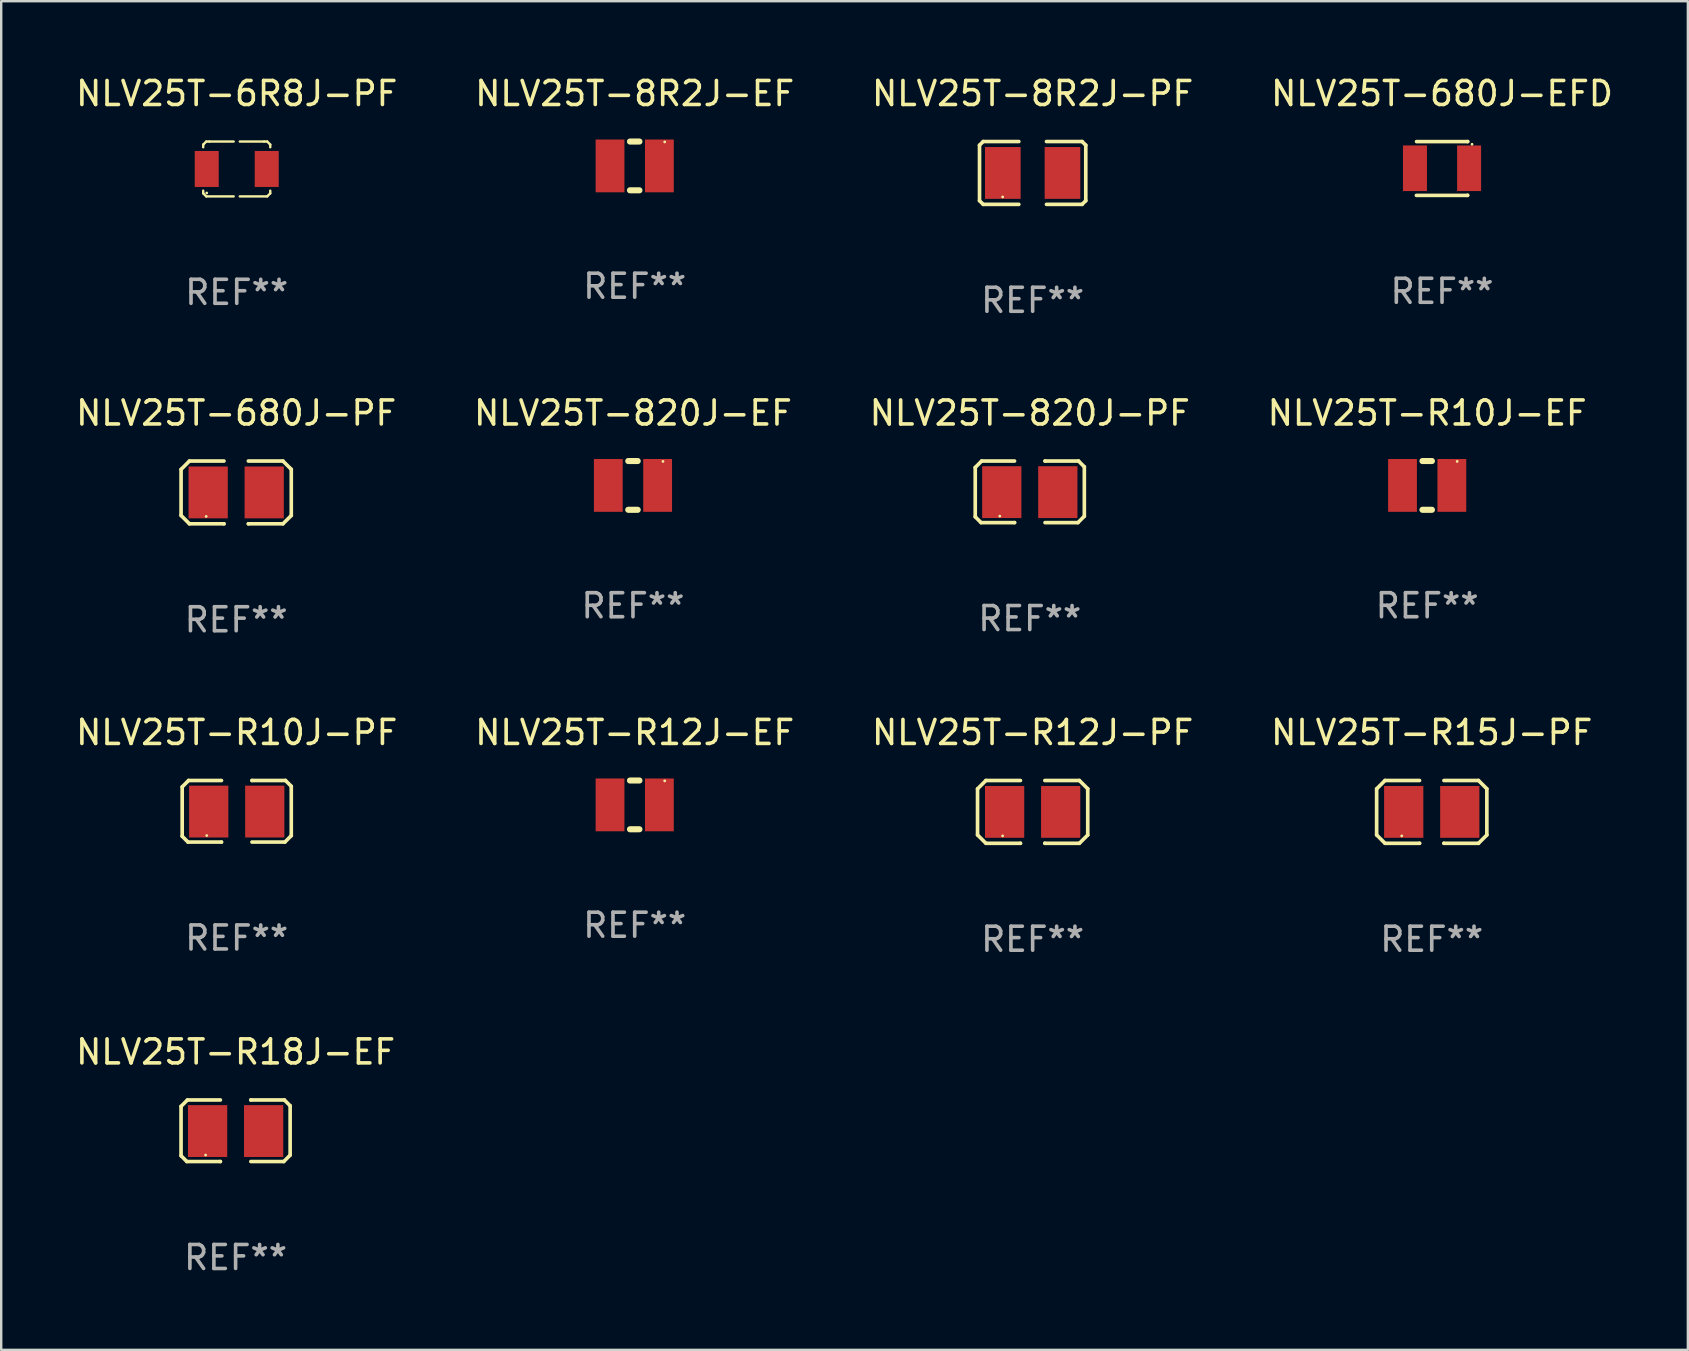
<source format=kicad_pcb>
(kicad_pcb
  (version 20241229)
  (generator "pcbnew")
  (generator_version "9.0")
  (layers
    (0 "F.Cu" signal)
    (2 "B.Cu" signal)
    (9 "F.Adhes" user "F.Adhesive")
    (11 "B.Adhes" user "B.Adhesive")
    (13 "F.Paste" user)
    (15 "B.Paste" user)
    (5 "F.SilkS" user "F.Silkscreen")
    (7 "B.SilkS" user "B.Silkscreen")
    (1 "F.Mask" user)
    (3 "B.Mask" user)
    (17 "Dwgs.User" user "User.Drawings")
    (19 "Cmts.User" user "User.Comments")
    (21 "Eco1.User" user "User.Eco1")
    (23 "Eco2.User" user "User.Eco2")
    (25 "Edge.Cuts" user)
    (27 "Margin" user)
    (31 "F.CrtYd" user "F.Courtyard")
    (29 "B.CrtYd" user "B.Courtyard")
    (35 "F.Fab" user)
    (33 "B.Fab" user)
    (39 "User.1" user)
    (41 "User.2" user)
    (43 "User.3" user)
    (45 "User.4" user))
  (footprint "NLV25T-R10J-PF"
    (layer "F.Cu")
    (at 6.815 30.757)
    (property "Reference" "NLV25T-R10J-PF" (at 0 -3.283 0) (layer "F.SilkS") (effects (font (size 1 1) (thickness 0.15))))
    (attr through_hole)
    (fp_line (start -2.273 -1.016) (end -2.007 -1.283) (stroke (width 0.152) (type solid)) (layer "F.SilkS"))
    (fp_line (start -2.273 1.041) (end -2.273 -1.016) (stroke (width 0.152) (type solid)) (layer "F.SilkS"))
    (fp_line (start -2.032 1.283) (end -2.273 1.041) (stroke (width 0.152) (type solid)) (layer "F.SilkS"))
    (fp_line (start -2.007 -1.283) (end -0.635 -1.283) (stroke (width 0.152) (type solid)) (layer "F.SilkS"))
    (fp_line (start -0.635 1.283) (end -2.032 1.283) (stroke (width 0.152) (type solid)) (layer "F.SilkS"))
    (fp_line (start -0.635 1.283) (end -0.635 1.283) (stroke (width 0.152) (type solid)) (layer "F.SilkS"))
    (fp_line (start 0.635 -1.283) (end 0.635 -1.283) (stroke (width 0.152) (type solid)) (layer "F.SilkS"))
    (fp_line (start 0.635 -1.283) (end 2.032 -1.283) (stroke (width 0.152) (type solid)) (layer "F.SilkS"))
    (fp_line (start 2.007 1.283) (end 0.635 1.283) (stroke (width 0.152) (type solid)) (layer "F.SilkS"))
    (fp_line (start 2.032 -1.283) (end 2.273 -1.041) (stroke (width 0.152) (type solid)) (layer "F.SilkS"))
    (fp_line (start 2.273 -1.041) (end 2.273 1.016) (stroke (width 0.152) (type solid)) (layer "F.SilkS"))
    (fp_line (start 2.273 1.016) (end 2.007 1.283) (stroke (width 0.152) (type solid)) (layer "F.SilkS"))
    (fp_circle (center -1.25 1.013) (end -1.22 1.013) (stroke (width 0.06) (type solid)) (fill no) (layer "F.SilkS"))
    (fp_text user "REF**" (at 0 5.283 0) (layer "F.Fab") (effects (font (size 1 1) (thickness 0.15))))
    (pad "1" smd rect (at -1.167 0.013) (size 1.635 2.16) (layers "F.Cu" "F.Mask" "F.Paste"))
    (pad "2" smd rect (at 1.168 0.013) (size 1.635 2.16) (layers "F.Cu" "F.Mask" "F.Paste")))
  (footprint "NLV25T-R15J-PF"
    (layer "F.Cu")
    (at 56.613 30.783)
    (property "Reference" "NLV25T-R15J-PF" (at 0 -3.308 0) (layer "F.SilkS") (effects (font (size 1 1) (thickness 0.15))))
    (attr through_hole)
    (fp_line (start -2.296 -0.96) (end -1.948 -1.308) (stroke (width 0.152) (type solid)) (layer "F.SilkS"))
    (fp_line (start -2.296 0.96) (end -2.296 -0.96) (stroke (width 0.152) (type solid)) (layer "F.SilkS"))
    (fp_line (start -1.948 -1.308) (end -0.508 -1.308) (stroke (width 0.152) (type solid)) (layer "F.SilkS"))
    (fp_line (start -1.948 1.308) (end -2.296 0.96) (stroke (width 0.152) (type solid)) (layer "F.SilkS"))
    (fp_line (start -0.508 1.308) (end -1.948 1.308) (stroke (width 0.152) (type solid)) (layer "F.SilkS"))
    (fp_line (start -0.508 1.308) (end -0.508 1.308) (stroke (width 0.152) (type solid)) (layer "F.SilkS"))
    (fp_line (start 0.508 1.308) (end 0.508 1.308) (stroke (width 0.152) (type solid)) (layer "F.SilkS"))
    (fp_line (start 0.508 1.308) (end 1.948 1.308) (stroke (width 0.152) (type solid)) (layer "F.SilkS"))
    (fp_line (start 1.948 -1.308) (end 0.508 -1.308) (stroke (width 0.152) (type solid)) (layer "F.SilkS"))
    (fp_line (start 1.948 1.308) (end 2.296 0.963) (stroke (width 0.152) (type solid)) (layer "F.SilkS"))
    (fp_line (start 2.296 -0.963) (end 1.948 -1.308) (stroke (width 0.152) (type solid)) (layer "F.SilkS"))
    (fp_line (start 2.296 0.963) (end 2.296 -0.963) (stroke (width 0.152) (type solid)) (layer "F.SilkS"))
    (fp_circle (center -1.25 1) (end -1.22 1) (stroke (width 0.06) (type solid)) (fill no) (layer "F.SilkS"))
    (fp_text user "REF**" (at 0 5.308 0) (layer "F.Fab") (effects (font (size 1 1) (thickness 0.15))))
    (pad "1" smd rect (at -1.168 0.000025) (size 1.635 2.16) (layers "F.Cu" "F.Mask" "F.Paste"))
    (pad "2" smd rect (at 1.168 0.000025) (size 1.635 2.16) (layers "F.Cu" "F.Mask" "F.Paste")))
  (footprint "NLV25T-8R2J-PF"
    (layer "F.Cu")
    (at 39.982 4.157)
    (property "Reference" "NLV25T-8R2J-PF" (at 0 -3.309 0) (layer "F.SilkS") (effects (font (size 1 1) (thickness 0.15))))
    (attr through_hole)
    (fp_line (start -2.214 -1.156) (end -2.214 1.156) (stroke (width 0.152) (type solid)) (layer "F.SilkS"))
    (fp_line (start -2.214 1.156) (end -2.061 1.309) (stroke (width 0.152) (type solid)) (layer "F.SilkS"))
    (fp_line (start -2.061 -1.309) (end -2.214 -1.156) (stroke (width 0.152) (type solid)) (layer "F.SilkS"))
    (fp_line (start -2.061 1.309) (end -0.576 1.309) (stroke (width 0.152) (type solid)) (layer "F.SilkS"))
    (fp_line (start -0.576 -1.309) (end -2.061 -1.309) (stroke (width 0.152) (type solid)) (layer "F.SilkS"))
    (fp_line (start 0.576 -1.309) (end 2.061 -1.309) (stroke (width 0.152) (type solid)) (layer "F.SilkS"))
    (fp_line (start 2.061 -1.309) (end 2.214 -1.156) (stroke (width 0.152) (type solid)) (layer "F.SilkS"))
    (fp_line (start 2.061 1.309) (end 0.576 1.309) (stroke (width 0.152) (type solid)) (layer "F.SilkS"))
    (fp_line (start 2.214 -1.156) (end 2.214 1.156) (stroke (width 0.152) (type solid)) (layer "F.SilkS"))
    (fp_line (start 2.214 1.156) (end 2.061 1.309) (stroke (width 0.152) (type solid)) (layer "F.SilkS"))
    (fp_circle (center -1.25 1) (end -1.22 1) (stroke (width 0.06) (type solid)) (fill no) (layer "F.SilkS"))
    (fp_text user "REF**" (at 0 5.309 0) (layer "F.Fab") (effects (font (size 1 1) (thickness 0.15))))
    (pad "1" smd rect (at -1.243 0) (size 1.485 2.16) (layers "F.Cu" "F.Mask" "F.Paste"))
    (pad "2" smd rect (at 1.243 0) (size 1.485 2.16) (layers "F.Cu" "F.Mask" "F.Paste")))
  (footprint "NLV25T-R12J-PF"
    (layer "F.Cu")
    (at 39.982 30.783)
    (property "Reference" "NLV25T-R12J-PF" (at 0 -3.308 0) (layer "F.SilkS") (effects (font (size 1 1) (thickness 0.15))))
    (attr through_hole)
    (fp_line (start -2.296 -0.96) (end -1.948 -1.308) (stroke (width 0.152) (type solid)) (layer "F.SilkS"))
    (fp_line (start -2.296 0.96) (end -2.296 -0.96) (stroke (width 0.152) (type solid)) (layer "F.SilkS"))
    (fp_line (start -1.948 -1.308) (end -0.508 -1.308) (stroke (width 0.152) (type solid)) (layer "F.SilkS"))
    (fp_line (start -1.948 1.308) (end -2.296 0.96) (stroke (width 0.152) (type solid)) (layer "F.SilkS"))
    (fp_line (start -0.508 1.308) (end -1.948 1.308) (stroke (width 0.152) (type solid)) (layer "F.SilkS"))
    (fp_line (start -0.508 1.308) (end -0.508 1.308) (stroke (width 0.152) (type solid)) (layer "F.SilkS"))
    (fp_line (start 0.508 1.308) (end 0.508 1.308) (stroke (width 0.152) (type solid)) (layer "F.SilkS"))
    (fp_line (start 0.508 1.308) (end 1.948 1.308) (stroke (width 0.152) (type solid)) (layer "F.SilkS"))
    (fp_line (start 1.948 -1.308) (end 0.508 -1.308) (stroke (width 0.152) (type solid)) (layer "F.SilkS"))
    (fp_line (start 1.948 1.308) (end 2.296 0.963) (stroke (width 0.152) (type solid)) (layer "F.SilkS"))
    (fp_line (start 2.296 -0.963) (end 1.948 -1.308) (stroke (width 0.152) (type solid)) (layer "F.SilkS"))
    (fp_line (start 2.296 0.963) (end 2.296 -0.963) (stroke (width 0.152) (type solid)) (layer "F.SilkS"))
    (fp_circle (center -1.25 1) (end -1.22 1) (stroke (width 0.06) (type solid)) (fill no) (layer "F.SilkS"))
    (fp_text user "REF**" (at 0 5.308 0) (layer "F.Fab") (effects (font (size 1 1) (thickness 0.15))))
    (pad "1" smd rect (at -1.168 0.000025) (size 1.635 2.16) (layers "F.Cu" "F.Mask" "F.Paste"))
    (pad "2" smd rect (at 1.168 0.000025) (size 1.635 2.16) (layers "F.Cu" "F.Mask" "F.Paste")))
  (footprint "NLV25T-680J-EFD"
    (layer "F.Cu")
    (at 57.042 3.97)
    (property "Reference" "NLV25T-680J-EFD" (at 0 -3.122 0) (layer "F.SilkS") (effects (font (size 1 1) (thickness 0.15))))
    (attr through_hole)
    (fp_line (start -1.069 1.122) (end 1.063 1.122) (stroke (width 0.15) (type solid)) (layer "F.SilkS"))
    (fp_line (start -1.063 -1.12) (end 1.069 -1.12) (stroke (width 0.15) (type solid)) (layer "F.SilkS"))
    (fp_line (start 1.063 1.122) (end 1.069 1.115) (stroke (width 0.15) (type solid)) (layer "F.SilkS"))
    (fp_line (start 1.069 -1.12) (end 1.066 -1.122) (stroke (width 0.15) (type solid)) (layer "F.SilkS"))
    (fp_circle (center 1.25 -1.008) (end 1.28 -1.008) (stroke (width 0.06) (type solid)) (fill no) (layer "F.SilkS"))
    (fp_text user "REF**" (at 0 5.122 0) (layer "F.Fab") (effects (font (size 1 1) (thickness 0.15))))
    (pad "1" smd rect (at 1.128 -0.008) (size 1 1.9) (layers "F.Cu" "F.Mask" "F.Paste"))
    (pad "2" smd rect (at -1.128 -0.008) (size 1 1.9) (layers "F.Cu" "F.Mask" "F.Paste")))
  (footprint "NLV25T-8R2J-EF"
    (layer "F.Cu")
    (at 23.399 3.864)
    (property "Reference" "NLV25T-8R2J-EF" (at 0 -3.016 0) (layer "F.SilkS") (effects (font (size 1 1) (thickness 0.15))))
    (attr through_hole)
    (fp_line (start -0.197 1.016) (end 0.197 1.016) (stroke (width 0.254) (type solid)) (layer "F.SilkS"))
    (fp_line (start 0.197 -1.016) (end -0.197 -1.016) (stroke (width 0.254) (type solid)) (layer "F.SilkS"))
    (fp_circle (center 1.25 -1) (end 1.28 -1) (stroke (width 0.06) (type solid)) (fill no) (layer "F.SilkS"))
    (fp_text user "REF**" (at 0 5.016 0) (layer "F.Fab") (effects (font (size 1 1) (thickness 0.15))))
    (pad "1" smd rect (at 1.028 0) (size 1.2 2.2) (layers "F.Cu" "F.Mask" "F.Paste"))
    (pad "2" smd rect (at -1.028 0) (size 1.2 2.2) (layers "F.Cu" "F.Mask" "F.Paste")))
  (footprint "NLV25T-R10J-EF"
    (layer "F.Cu")
    (at 56.423 17.178)
    (property "Reference" "NLV25T-R10J-EF" (at 0 -3.016 0) (layer "F.SilkS") (effects (font (size 1 1) (thickness 0.15))))
    (attr through_hole)
    (fp_line (start -0.197 1.016) (end 0.197 1.016) (stroke (width 0.254) (type solid)) (layer "F.SilkS"))
    (fp_line (start 0.197 -1.016) (end -0.197 -1.016) (stroke (width 0.254) (type solid)) (layer "F.SilkS"))
    (fp_circle (center 1.25 -1) (end 1.28 -1) (stroke (width 0.06) (type solid)) (fill no) (layer "F.SilkS"))
    (fp_text user "REF**" (at 0 5.016 0) (layer "F.Fab") (effects (font (size 1 1) (thickness 0.15))))
    (pad "1" smd rect (at 1.028 0) (size 1.2 2.2) (layers "F.Cu" "F.Mask" "F.Paste"))
    (pad "2" smd rect (at -1.028 0) (size 1.2 2.2) (layers "F.Cu" "F.Mask" "F.Paste")))
  (footprint "NLV25T-680J-PF"
    (layer "F.Cu")
    (at 6.792 17.47)
    (property "Reference" "NLV25T-680J-PF" (at 0 -3.308 0) (layer "F.SilkS") (effects (font (size 1 1) (thickness 0.15))))
    (attr through_hole)
    (fp_line (start -2.296 -0.96) (end -1.948 -1.308) (stroke (width 0.152) (type solid)) (layer "F.SilkS"))
    (fp_line (start -2.296 0.96) (end -2.296 -0.96) (stroke (width 0.152) (type solid)) (layer "F.SilkS"))
    (fp_line (start -1.948 -1.308) (end -0.508 -1.308) (stroke (width 0.152) (type solid)) (layer "F.SilkS"))
    (fp_line (start -1.948 1.308) (end -2.296 0.96) (stroke (width 0.152) (type solid)) (layer "F.SilkS"))
    (fp_line (start -0.508 1.308) (end -1.948 1.308) (stroke (width 0.152) (type solid)) (layer "F.SilkS"))
    (fp_line (start -0.508 1.308) (end -0.508 1.308) (stroke (width 0.152) (type solid)) (layer "F.SilkS"))
    (fp_line (start 0.508 1.308) (end 0.508 1.308) (stroke (width 0.152) (type solid)) (layer "F.SilkS"))
    (fp_line (start 0.508 1.308) (end 1.948 1.308) (stroke (width 0.152) (type solid)) (layer "F.SilkS"))
    (fp_line (start 1.948 -1.308) (end 0.508 -1.308) (stroke (width 0.152) (type solid)) (layer "F.SilkS"))
    (fp_line (start 1.948 1.308) (end 2.296 0.963) (stroke (width 0.152) (type solid)) (layer "F.SilkS"))
    (fp_line (start 2.296 -0.963) (end 1.948 -1.308) (stroke (width 0.152) (type solid)) (layer "F.SilkS"))
    (fp_line (start 2.296 0.963) (end 2.296 -0.963) (stroke (width 0.152) (type solid)) (layer "F.SilkS"))
    (fp_circle (center -1.25 1) (end -1.22 1) (stroke (width 0.06) (type solid)) (fill no) (layer "F.SilkS"))
    (fp_text user "REF**" (at 0 5.308 0) (layer "F.Fab") (effects (font (size 1 1) (thickness 0.15))))
    (pad "1" smd rect (at -1.168 0.000025) (size 1.635 2.16) (layers "F.Cu" "F.Mask" "F.Paste"))
    (pad "2" smd rect (at 1.168 0.000025) (size 1.635 2.16) (layers "F.Cu" "F.Mask" "F.Paste")))
  (footprint "NLV25T-R18J-EF"
    (layer "F.Cu")
    (at 6.768 44.07)
    (property "Reference" "NLV25T-R18J-EF" (at 0 -3.283 0) (layer "F.SilkS") (effects (font (size 1 1) (thickness 0.15))))
    (attr through_hole)
    (fp_line (start -2.273 -1.016) (end -2.007 -1.283) (stroke (width 0.152) (type solid)) (layer "F.SilkS"))
    (fp_line (start -2.273 1.041) (end -2.273 -1.016) (stroke (width 0.152) (type solid)) (layer "F.SilkS"))
    (fp_line (start -2.032 1.283) (end -2.273 1.041) (stroke (width 0.152) (type solid)) (layer "F.SilkS"))
    (fp_line (start -2.007 -1.283) (end -0.635 -1.283) (stroke (width 0.152) (type solid)) (layer "F.SilkS"))
    (fp_line (start -0.635 1.283) (end -2.032 1.283) (stroke (width 0.152) (type solid)) (layer "F.SilkS"))
    (fp_line (start -0.635 1.283) (end -0.635 1.283) (stroke (width 0.152) (type solid)) (layer "F.SilkS"))
    (fp_line (start 0.635 -1.283) (end 0.635 -1.283) (stroke (width 0.152) (type solid)) (layer "F.SilkS"))
    (fp_line (start 0.635 -1.283) (end 2.032 -1.283) (stroke (width 0.152) (type solid)) (layer "F.SilkS"))
    (fp_line (start 2.007 1.283) (end 0.635 1.283) (stroke (width 0.152) (type solid)) (layer "F.SilkS"))
    (fp_line (start 2.032 -1.283) (end 2.273 -1.041) (stroke (width 0.152) (type solid)) (layer "F.SilkS"))
    (fp_line (start 2.273 -1.041) (end 2.273 1.016) (stroke (width 0.152) (type solid)) (layer "F.SilkS"))
    (fp_line (start 2.273 1.016) (end 2.007 1.283) (stroke (width 0.152) (type solid)) (layer "F.SilkS"))
    (fp_circle (center -1.25 1.013) (end -1.22 1.013) (stroke (width 0.06) (type solid)) (fill no) (layer "F.SilkS"))
    (fp_text user "REF**" (at 0 5.283 0) (layer "F.Fab") (effects (font (size 1 1) (thickness 0.15))))
    (pad "1" smd rect (at -1.167 0.013) (size 1.635 2.16) (layers "F.Cu" "F.Mask" "F.Paste"))
    (pad "2" smd rect (at 1.168 0.013) (size 1.635 2.16) (layers "F.Cu" "F.Mask" "F.Paste")))
  (footprint "NLV25T-6R8J-PF"
    (layer "F.Cu")
    (at 6.815 3.991)
    (property "Reference" "NLV25T-6R8J-PF" (at 0 -3.143 0) (layer "F.SilkS") (effects (font (size 1 1) (thickness 0.15))))
    (attr through_hole)
    (fp_line (start -1.397 -1.016) (end -1.397 -0.904) (stroke (width 0.1) (type solid)) (layer "F.SilkS"))
    (fp_line (start -1.397 0.904) (end -1.397 1.016) (stroke (width 0.1) (type solid)) (layer "F.SilkS"))
    (fp_line (start -1.397 1.016) (end -1.27 1.143) (stroke (width 0.1) (type solid)) (layer "F.SilkS"))
    (fp_line (start -1.27 -1.143) (end -1.397 -1.016) (stroke (width 0.1) (type solid)) (layer "F.SilkS"))
    (fp_line (start -1.27 1.143) (end -0.127 1.143) (stroke (width 0.1) (type solid)) (layer "F.SilkS"))
    (fp_line (start -1.143 -1.143) (end -1.27 -1.143) (stroke (width 0.1) (type solid)) (layer "F.SilkS"))
    (fp_line (start -0.127 -1.143) (end -1.143 -1.143) (stroke (width 0.1) (type solid)) (layer "F.SilkS"))
    (fp_line (start 0.127 -1.143) (end 1.143 -1.143) (stroke (width 0.1) (type solid)) (layer "F.SilkS"))
    (fp_line (start 1.143 -1.143) (end 1.27 -1.143) (stroke (width 0.1) (type solid)) (layer "F.SilkS"))
    (fp_line (start 1.27 -1.143) (end 1.397 -1.016) (stroke (width 0.1) (type solid)) (layer "F.SilkS"))
    (fp_line (start 1.27 1.143) (end 0.127 1.143) (stroke (width 0.1) (type solid)) (layer "F.SilkS"))
    (fp_line (start 1.397 -1.016) (end 1.397 -0.904) (stroke (width 0.1) (type solid)) (layer "F.SilkS"))
    (fp_line (start 1.397 0.904) (end 1.397 1.016) (stroke (width 0.1) (type solid)) (layer "F.SilkS"))
    (fp_line (start 1.397 1.016) (end 1.27 1.143) (stroke (width 0.1) (type solid)) (layer "F.SilkS"))
    (fp_circle (center -1.25 1) (end -1.22 1) (stroke (width 0.06) (type solid)) (fill no) (layer "F.SilkS"))
    (fp_text user "REF**" (at 0 5.143 0) (layer "F.Fab") (effects (font (size 1 1) (thickness 0.15))))
    (pad "1" smd rect (at -1.25 0) (size 1 1.5) (layers "F.Cu" "F.Mask" "F.Paste"))
    (pad "2" smd rect (at 1.25 0) (size 1 1.5) (layers "F.Cu" "F.Mask" "F.Paste")))
  (footprint "NLV25T-820J-EF"
    (layer "F.Cu")
    (at 23.327 17.178)
    (property "Reference" "NLV25T-820J-EF" (at 0 -3.016 0) (layer "F.SilkS") (effects (font (size 1 1) (thickness 0.15))))
    (attr through_hole)
    (fp_line (start -0.197 1.016) (end 0.197 1.016) (stroke (width 0.254) (type solid)) (layer "F.SilkS"))
    (fp_line (start 0.197 -1.016) (end -0.197 -1.016) (stroke (width 0.254) (type solid)) (layer "F.SilkS"))
    (fp_circle (center 1.25 -1) (end 1.28 -1) (stroke (width 0.06) (type solid)) (fill no) (layer "F.SilkS"))
    (fp_text user "REF**" (at 0 5.016 0) (layer "F.Fab") (effects (font (size 1 1) (thickness 0.15))))
    (pad "1" smd rect (at 1.028 0) (size 1.2 2.2) (layers "F.Cu" "F.Mask" "F.Paste"))
    (pad "2" smd rect (at -1.028 0) (size 1.2 2.2) (layers "F.Cu" "F.Mask" "F.Paste")))
  (footprint "NLV25T-R12J-EF"
    (layer "F.Cu")
    (at 23.399 30.491)
    (property "Reference" "NLV25T-R12J-EF" (at 0 -3.016 0) (layer "F.SilkS") (effects (font (size 1 1) (thickness 0.15))))
    (attr through_hole)
    (fp_line (start -0.197 1.016) (end 0.197 1.016) (stroke (width 0.254) (type solid)) (layer "F.SilkS"))
    (fp_line (start 0.197 -1.016) (end -0.197 -1.016) (stroke (width 0.254) (type solid)) (layer "F.SilkS"))
    (fp_circle (center 1.25 -1) (end 1.28 -1) (stroke (width 0.06) (type solid)) (fill no) (layer "F.SilkS"))
    (fp_text user "REF**" (at 0 5.016 0) (layer "F.Fab") (effects (font (size 1 1) (thickness 0.15))))
    (pad "1" smd rect (at 1.028 0) (size 1.2 2.2) (layers "F.Cu" "F.Mask" "F.Paste"))
    (pad "2" smd rect (at -1.028 0) (size 1.2 2.2) (layers "F.Cu" "F.Mask" "F.Paste")))
  (footprint "NLV25T-820J-PF"
    (layer "F.Cu")
    (at 39.863 17.445)
    (property "Reference" "NLV25T-820J-PF" (at 0 -3.283 0) (layer "F.SilkS") (effects (font (size 1 1) (thickness 0.15))))
    (attr through_hole)
    (fp_line (start -2.273 -1.016) (end -2.007 -1.283) (stroke (width 0.152) (type solid)) (layer "F.SilkS"))
    (fp_line (start -2.273 1.041) (end -2.273 -1.016) (stroke (width 0.152) (type solid)) (layer "F.SilkS"))
    (fp_line (start -2.032 1.283) (end -2.273 1.041) (stroke (width 0.152) (type solid)) (layer "F.SilkS"))
    (fp_line (start -2.007 -1.283) (end -0.635 -1.283) (stroke (width 0.152) (type solid)) (layer "F.SilkS"))
    (fp_line (start -0.635 1.283) (end -2.032 1.283) (stroke (width 0.152) (type solid)) (layer "F.SilkS"))
    (fp_line (start -0.635 1.283) (end -0.635 1.283) (stroke (width 0.152) (type solid)) (layer "F.SilkS"))
    (fp_line (start 0.635 -1.283) (end 0.635 -1.283) (stroke (width 0.152) (type solid)) (layer "F.SilkS"))
    (fp_line (start 0.635 -1.283) (end 2.032 -1.283) (stroke (width 0.152) (type solid)) (layer "F.SilkS"))
    (fp_line (start 2.007 1.283) (end 0.635 1.283) (stroke (width 0.152) (type solid)) (layer "F.SilkS"))
    (fp_line (start 2.032 -1.283) (end 2.273 -1.041) (stroke (width 0.152) (type solid)) (layer "F.SilkS"))
    (fp_line (start 2.273 -1.041) (end 2.273 1.016) (stroke (width 0.152) (type solid)) (layer "F.SilkS"))
    (fp_line (start 2.273 1.016) (end 2.007 1.283) (stroke (width 0.152) (type solid)) (layer "F.SilkS"))
    (fp_circle (center -1.25 1.013) (end -1.22 1.013) (stroke (width 0.06) (type solid)) (fill no) (layer "F.SilkS"))
    (fp_text user "REF**" (at 0 5.283 0) (layer "F.Fab") (effects (font (size 1 1) (thickness 0.15))))
    (pad "1" smd rect (at -1.167 0.013) (size 1.635 2.16) (layers "F.Cu" "F.Mask" "F.Paste"))
    (pad "2" smd rect (at 1.168 0.013) (size 1.635 2.16) (layers "F.Cu" "F.Mask" "F.Paste")))
  (gr_rect
    (start -3 -3)
    (end 67.286 53.201)
    (stroke (width 0.1) (type default))
    (fill no)
    (layer "Edge.Cuts")))
</source>
